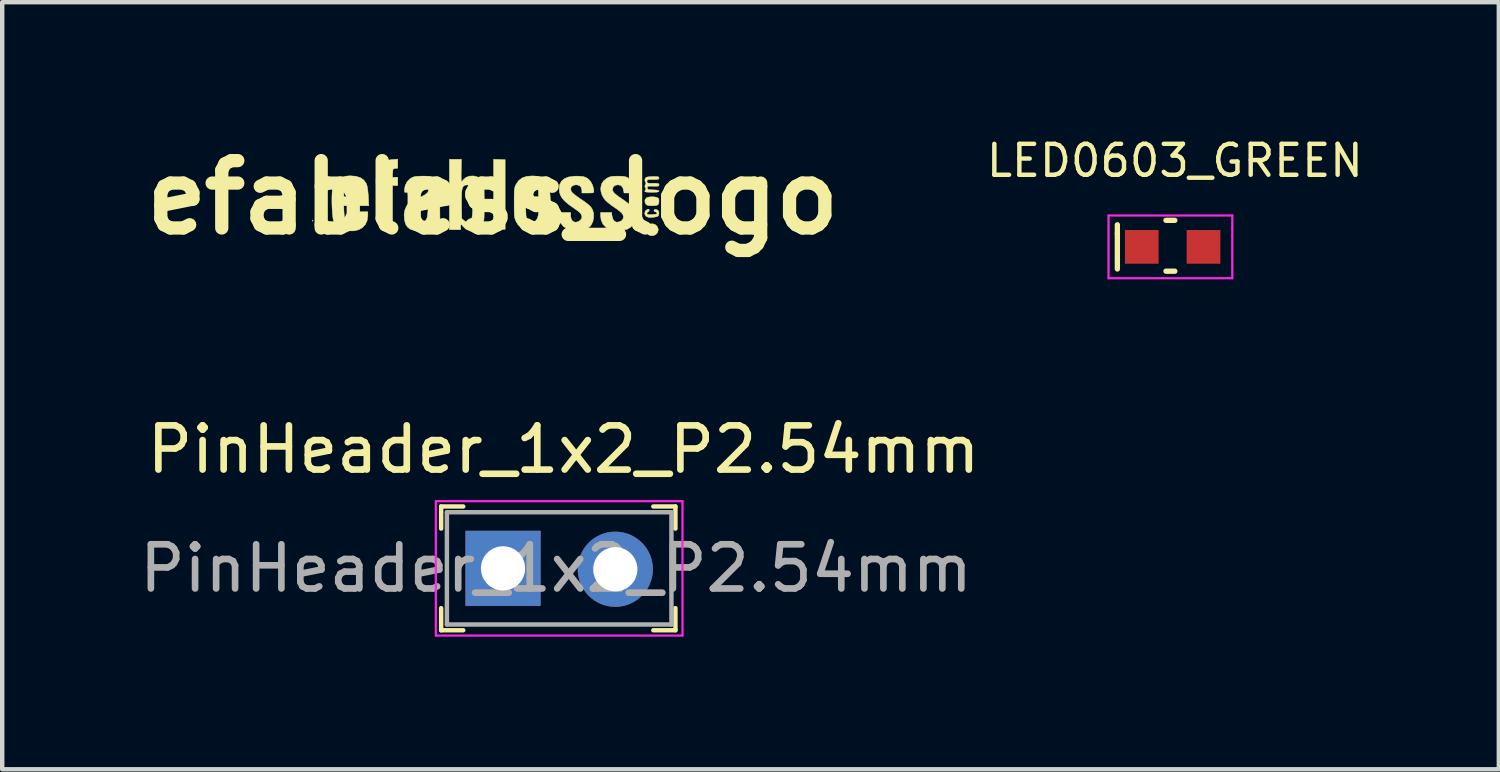
<source format=kicad_pcb>
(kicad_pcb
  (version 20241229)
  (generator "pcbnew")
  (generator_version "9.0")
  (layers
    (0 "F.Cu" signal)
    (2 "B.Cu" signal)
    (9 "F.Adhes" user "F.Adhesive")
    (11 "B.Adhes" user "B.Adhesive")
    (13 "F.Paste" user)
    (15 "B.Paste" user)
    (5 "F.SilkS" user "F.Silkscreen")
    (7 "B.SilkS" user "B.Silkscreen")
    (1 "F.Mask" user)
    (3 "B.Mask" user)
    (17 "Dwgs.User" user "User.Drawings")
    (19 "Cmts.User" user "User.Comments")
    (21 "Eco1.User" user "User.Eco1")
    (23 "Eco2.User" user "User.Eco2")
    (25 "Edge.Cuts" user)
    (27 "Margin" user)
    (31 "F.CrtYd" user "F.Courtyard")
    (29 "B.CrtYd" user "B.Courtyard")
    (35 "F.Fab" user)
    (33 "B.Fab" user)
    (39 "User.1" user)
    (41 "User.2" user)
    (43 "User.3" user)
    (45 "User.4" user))
  (footprint "PinHeader_1x2_P2.54mm"
    (layer "F.Cu")
    (at 8.33 9.808)
    (property "Reference" "PinHeader_1x2_P2.54mm" (at 1.37 -2.69 0) (layer "F.SilkS") (effects (font (size 1 1) (thickness 0.15))))
    (attr through_hole)
    (fp_line (start -1.4 -1.4) (end -1.4 -0.9) (stroke (width 0.1) (type solid)) (layer "F.SilkS"))
    (fp_line (start -1.4 -1.4) (end -0.9 -1.4) (stroke (width 0.1) (type solid)) (layer "F.SilkS"))
    (fp_line (start -1.4 1.4) (end -1.4 0.9) (stroke (width 0.1) (type solid)) (layer "F.SilkS"))
    (fp_line (start -1.4 1.4) (end -0.9 1.4) (stroke (width 0.1) (type solid)) (layer "F.SilkS"))
    (fp_line (start 3.9 -1.4) (end 3.4 -1.4) (stroke (width 0.1) (type solid)) (layer "F.SilkS"))
    (fp_line (start 3.9 -1.4) (end 3.9 -0.9) (stroke (width 0.1) (type solid)) (layer "F.SilkS"))
    (fp_line (start 3.9 1.4) (end 3.4 1.4) (stroke (width 0.1) (type solid)) (layer "F.SilkS"))
    (fp_line (start 3.9 1.4) (end 3.9 0.9) (stroke (width 0.1) (type solid)) (layer "F.SilkS"))
    (fp_line (start -1.52 -1.52) (end -1.52 1.52) (stroke (width 0.05) (type solid)) (layer "F.CrtYd"))
    (fp_line (start 4.06 -1.52) (end -1.52 -1.52) (stroke (width 0.05) (type solid)) (layer "F.CrtYd"))
    (fp_line (start 4.06 -1.52) (end 4.06 1.52) (stroke (width 0.05) (type solid)) (layer "F.CrtYd"))
    (fp_line (start 4.06 1.52) (end -1.52 1.52) (stroke (width 0.05) (type solid)) (layer "F.CrtYd"))
    (fp_line (start -1.27 -1.27) (end 3.81 -1.27) (stroke (width 0.1) (type solid)) (layer "F.Fab"))
    (fp_line (start -1.27 1.27) (end -1.27 -1.27) (stroke (width 0.1) (type solid)) (layer "F.Fab"))
    (fp_line (start -1.27 1.27) (end 3.81 1.27) (stroke (width 0.1) (type solid)) (layer "F.Fab"))
    (fp_line (start 3.81 1.27) (end 3.81 -1.27) (stroke (width 0.1) (type solid)) (layer "F.Fab"))
    (fp_text user "${REFERENCE}" (at 1.2 0 0) (layer "F.Fab") (effects (font (size 1 1) (thickness 0.15))))
    (pad "1" thru_hole rect (at 0 0) (size 1.7 1.7) (drill 1) (layers "*.Cu" "*.Mask"))
    (pad "2" thru_hole circle (at 2.54 0.02) (size 1.7 1.7) (drill 1) (layers "*.Cu" "*.Mask")))
  (footprint "efabless_logo"
    (layer "F.Cu")
    (at 8.099 1.418)
    (property "Reference" "efabless_logo" (at 0 0 0) (layer "F.SilkS") (effects (font (size 1.524 1.524) (thickness 0.3))))
    (fp_poly (pts (xy -4.07 0.514) (xy -4.068 0.534) (xy -4.07 0.536) (xy -4.08 0.534) (xy -4.081 0.525) (xy -4.075 0.511) (xy -4.07 0.514)) (stroke (width 0.01) (type solid)) (fill yes) (layer "F.SilkS"))
    (fp_poly (pts (xy 0.148 -0.86) (xy 0.279 -0.855) (xy 0.279 0.72) (xy 0.148 0.725) (xy 0.017 0.73) (xy 0.017 -0.865) (xy 0.148 -0.86)) (stroke (width 0.01) (type solid)) (fill yes) (layer "F.SilkS"))
    (fp_poly (pts (xy 3.678 0.615) (xy 3.72 0.657) (xy 3.741 0.714) (xy 3.742 0.733) (xy 3.728 0.791) (xy 3.69 0.835) (xy 3.637 0.861) (xy 3.579 0.865) (xy 3.524 0.845) (xy 3.505 0.83) (xy 3.477 0.78) (xy 3.471 0.719) (xy 3.488 0.66) (xy 3.511 0.629) (xy 3.565 0.598) (xy 3.623 0.595) (xy 3.678 0.615)) (stroke (width 0.01) (type solid)) (fill yes) (layer "F.SilkS"))
    (fp_poly (pts (xy 3.653 -0.014) (xy 3.713 -0.001) (xy 3.716 -0.000419) (xy 3.745 0.017) (xy 3.757 0.046) (xy 3.759 0.081) (xy 3.755 0.131) (xy 3.737 0.163) (xy 3.7 0.18) (xy 3.639 0.186) (xy 3.606 0.186) (xy 3.539 0.184) (xy 3.496 0.175) (xy 3.469 0.159) (xy 3.465 0.155) (xy 3.441 0.107) (xy 3.442 0.056) (xy 3.469 0.014) (xy 3.475 0.009) (xy 3.52 -0.008) (xy 3.585 -0.016) (xy 3.653 -0.014)) (stroke (width 0.01) (type solid)) (fill yes) (layer "F.SilkS"))
    (fp_poly (pts (xy 3.533 0.266) (xy 3.539 0.288) (xy 3.528 0.316) (xy 3.514 0.322) (xy 3.493 0.336) (xy 3.488 0.356) (xy 3.491 0.375) (xy 3.504 0.384) (xy 3.535 0.388) (xy 3.592 0.386) (xy 3.603 0.386) (xy 3.666 0.381) (xy 3.702 0.374) (xy 3.716 0.361) (xy 3.717 0.356) (xy 3.702 0.334) (xy 3.678 0.325) (xy 3.648 0.311) (xy 3.645 0.291) (xy 3.663 0.271) (xy 3.697 0.271) (xy 3.735 0.289) (xy 3.738 0.292) (xy 3.755 0.324) (xy 3.758 0.37) (xy 3.745 0.41) (xy 3.736 0.422) (xy 3.703 0.435) (xy 3.65 0.445) (xy 3.59 0.451) (xy 3.536 0.45) (xy 3.514 0.446) (xy 3.463 0.422) (xy 3.44 0.382) (xy 3.437 0.356) (xy 3.448 0.308) (xy 3.483 0.277) (xy 3.509 0.266) (xy 3.533 0.266)) (stroke (width 0.01) (type solid)) (fill yes) (layer "F.SilkS"))
    (fp_poly (pts (xy -2.151 -0.663) (xy -2.206 -0.657) (xy -2.237 -0.653) (xy -2.254 -0.641) (xy -2.261 -0.614) (xy -2.265 -0.562) (xy -2.266 -0.555) (xy -2.271 -0.457) (xy -2.151 -0.457) (xy -2.151 -0.271) (xy -2.269 -0.271) (xy -2.269 0.728) (xy -2.393 0.728) (xy -2.455 0.727) (xy -2.503 0.723) (xy -2.528 0.718) (xy -2.529 0.717) (xy -2.532 0.698) (xy -2.534 0.649) (xy -2.536 0.575) (xy -2.538 0.48) (xy -2.539 0.369) (xy -2.54 0.246) (xy -2.54 0.217) (xy -2.54 -0.271) (xy -2.591 -0.271) (xy -2.62 -0.272) (xy -2.635 -0.283) (xy -2.641 -0.31) (xy -2.642 -0.363) (xy -2.642 -0.364) (xy -2.641 -0.417) (xy -2.635 -0.445) (xy -2.62 -0.456) (xy -2.593 -0.457) (xy -2.569 -0.458) (xy -2.554 -0.467) (xy -2.545 -0.49) (xy -2.539 -0.534) (xy -2.534 -0.587) (xy -2.519 -0.689) (xy -2.491 -0.763) (xy -2.446 -0.812) (xy -2.379 -0.843) (xy -2.286 -0.858) (xy -2.269 -0.86) (xy -2.151 -0.868) (xy -2.151 -0.663)) (stroke (width 0.01) (type solid)) (fill yes) (layer "F.SilkS"))
    (fp_poly (pts (xy -3.101 -0.481) (xy -2.997 -0.449) (xy -2.919 -0.395) (xy -2.865 -0.319) (xy -2.847 -0.271) (xy -2.837 -0.223) (xy -2.827 -0.153) (xy -2.819 -0.069) (xy -2.815 -0.006) (xy -2.806 0.186) (xy -3.373 0.186) (xy -3.367 0.328) (xy -3.36 0.419) (xy -3.345 0.48) (xy -3.319 0.518) (xy -3.278 0.537) (xy -3.224 0.542) (xy -3.167 0.534) (xy -3.128 0.507) (xy -3.103 0.456) (xy -3.089 0.394) (xy -3.078 0.322) (xy -2.828 0.322) (xy -2.828 0.411) (xy -2.843 0.52) (xy -2.884 0.611) (xy -2.95 0.682) (xy -3.037 0.73) (xy -3.144 0.755) (xy -3.267 0.754) (xy -3.33 0.744) (xy -3.437 0.711) (xy -3.519 0.655) (xy -3.58 0.575) (xy -3.601 0.533) (xy -3.613 0.487) (xy -3.623 0.415) (xy -3.631 0.324) (xy -3.637 0.22) (xy -3.64 0.112) (xy -3.64 0.007) (xy -3.637 -0.089) (xy -3.636 -0.108) (xy -3.37 -0.108) (xy -3.37 -0.017) (xy -3.082 -0.017) (xy -3.082 -0.108) (xy -3.091 -0.192) (xy -3.118 -0.248) (xy -3.166 -0.28) (xy -3.226 -0.288) (xy -3.293 -0.277) (xy -3.338 -0.242) (xy -3.363 -0.182) (xy -3.37 -0.108) (xy -3.636 -0.108) (xy -3.631 -0.168) (xy -3.625 -0.206) (xy -3.588 -0.31) (xy -3.527 -0.391) (xy -3.441 -0.449) (xy -3.334 -0.482) (xy -3.23 -0.491) (xy -3.101 -0.481)) (stroke (width 0.01) (type solid)) (fill yes) (layer "F.SilkS"))
    (fp_poly (pts (xy 3.696 -0.473) (xy 3.735 -0.47) (xy 3.753 -0.462) (xy 3.759 -0.447) (xy 3.759 -0.44) (xy 3.756 -0.423) (xy 3.743 -0.413) (xy 3.713 -0.408) (xy 3.659 -0.407) (xy 3.624 -0.406) (xy 3.557 -0.406) (xy 3.516 -0.403) (xy 3.496 -0.396) (xy 3.489 -0.382) (xy 3.488 -0.364) (xy 3.49 -0.343) (xy 3.499 -0.33) (xy 3.522 -0.324) (xy 3.567 -0.322) (xy 3.624 -0.322) (xy 3.691 -0.321) (xy 3.732 -0.318) (xy 3.752 -0.31) (xy 3.759 -0.297) (xy 3.759 -0.287) (xy 3.757 -0.269) (xy 3.745 -0.259) (xy 3.716 -0.255) (xy 3.664 -0.255) (xy 3.628 -0.256) (xy 3.562 -0.257) (xy 3.523 -0.255) (xy 3.504 -0.248) (xy 3.497 -0.234) (xy 3.497 -0.219) (xy 3.499 -0.198) (xy 3.509 -0.185) (xy 3.535 -0.179) (xy 3.583 -0.175) (xy 3.628 -0.173) (xy 3.697 -0.169) (xy 3.738 -0.162) (xy 3.757 -0.151) (xy 3.759 -0.143) (xy 3.753 -0.131) (xy 3.73 -0.124) (xy 3.686 -0.12) (xy 3.614 -0.119) (xy 3.598 -0.119) (xy 3.521 -0.12) (xy 3.472 -0.123) (xy 3.446 -0.13) (xy 3.438 -0.141) (xy 3.437 -0.143) (xy 3.449 -0.168) (xy 3.457 -0.173) (xy 3.466 -0.187) (xy 3.453 -0.217) (xy 3.438 -0.251) (xy 3.447 -0.283) (xy 3.452 -0.29) (xy 3.465 -0.325) (xy 3.456 -0.344) (xy 3.439 -0.381) (xy 3.444 -0.424) (xy 3.468 -0.455) (xy 3.47 -0.457) (xy 3.503 -0.465) (xy 3.558 -0.471) (xy 3.624 -0.474) (xy 3.631 -0.474) (xy 3.696 -0.473)) (stroke (width 0.01) (type solid)) (fill yes) (layer "F.SilkS"))
    (fp_poly (pts (xy 0.942 -0.486) (xy 1.041 -0.473) (xy 1.116 -0.447) (xy 1.176 -0.406) (xy 1.208 -0.373) (xy 1.239 -0.33) (xy 1.261 -0.279) (xy 1.277 -0.216) (xy 1.289 -0.132) (xy 1.297 -0.021) (xy 1.298 -0.004) (xy 1.309 0.186) (xy 0.742 0.186) (xy 0.748 0.332) (xy 0.751 0.403) (xy 0.757 0.45) (xy 0.768 0.481) (xy 0.785 0.503) (xy 0.801 0.518) (xy 0.86 0.551) (xy 0.918 0.554) (xy 0.968 0.528) (xy 1.007 0.477) (xy 1.028 0.404) (xy 1.028 0.402) (xy 1.037 0.322) (xy 1.292 0.322) (xy 1.283 0.432) (xy 1.263 0.542) (xy 1.221 0.626) (xy 1.157 0.687) (xy 1.068 0.726) (xy 0.954 0.742) (xy 0.906 0.743) (xy 0.835 0.741) (xy 0.772 0.736) (xy 0.729 0.729) (xy 0.725 0.728) (xy 0.638 0.685) (xy 0.567 0.612) (xy 0.527 0.543) (xy 0.512 0.51) (xy 0.501 0.479) (xy 0.493 0.445) (xy 0.487 0.403) (xy 0.485 0.346) (xy 0.483 0.269) (xy 0.483 0.167) (xy 0.483 0.119) (xy 0.483 0.004) (xy 0.484 -0.082) (xy 0.484 -0.103) (xy 0.745 -0.103) (xy 0.745 -0.017) (xy 1.033 -0.017) (xy 1.033 -0.119) (xy 1.026 -0.198) (xy 1.004 -0.25) (xy 0.963 -0.278) (xy 0.899 -0.288) (xy 0.893 -0.288) (xy 0.844 -0.285) (xy 0.809 -0.278) (xy 0.803 -0.275) (xy 0.769 -0.233) (xy 0.749 -0.165) (xy 0.745 -0.103) (xy 0.484 -0.103) (xy 0.486 -0.145) (xy 0.49 -0.192) (xy 0.497 -0.227) (xy 0.506 -0.256) (xy 0.52 -0.286) (xy 0.525 -0.296) (xy 0.584 -0.382) (xy 0.664 -0.443) (xy 0.766 -0.478) (xy 0.89 -0.488) (xy 0.942 -0.486)) (stroke (width 0.01) (type solid)) (fill yes) (layer "F.SilkS"))
    (fp_poly (pts (xy 1.973 -0.481) (xy 2.041 -0.474) (xy 2.093 -0.459) (xy 2.137 -0.435) (xy 2.175 -0.405) (xy 2.222 -0.347) (xy 2.26 -0.269) (xy 2.282 -0.185) (xy 2.286 -0.141) (xy 2.284 -0.121) (xy 2.274 -0.11) (xy 2.249 -0.104) (xy 2.201 -0.102) (xy 2.151 -0.102) (xy 2.015 -0.102) (xy 2.015 -0.161) (xy 2.002 -0.225) (xy 1.962 -0.268) (xy 1.9 -0.287) (xy 1.882 -0.288) (xy 1.819 -0.275) (xy 1.777 -0.242) (xy 1.761 -0.196) (xy 1.773 -0.143) (xy 1.808 -0.099) (xy 1.842 -0.071) (xy 1.895 -0.03) (xy 1.96 0.016) (xy 1.998 0.042) (xy 2.083 0.101) (xy 2.144 0.146) (xy 2.187 0.183) (xy 2.218 0.217) (xy 2.242 0.252) (xy 2.254 0.274) (xy 2.28 0.357) (xy 2.282 0.449) (xy 2.264 0.541) (xy 2.226 0.622) (xy 2.188 0.666) (xy 2.127 0.703) (xy 2.043 0.729) (xy 1.947 0.743) (xy 1.847 0.746) (xy 1.755 0.735) (xy 1.685 0.713) (xy 1.598 0.655) (xy 1.534 0.576) (xy 1.498 0.479) (xy 1.49 0.407) (xy 1.49 0.339) (xy 1.761 0.339) (xy 1.761 0.415) (xy 1.773 0.487) (xy 1.806 0.535) (xy 1.858 0.558) (xy 1.877 0.559) (xy 1.932 0.546) (xy 1.979 0.515) (xy 2.01 0.473) (xy 2.015 0.446) (xy 2.011 0.408) (xy 1.996 0.374) (xy 1.965 0.339) (xy 1.914 0.297) (xy 1.839 0.244) (xy 1.829 0.237) (xy 1.714 0.155) (xy 1.628 0.082) (xy 1.567 0.014) (xy 1.527 -0.055) (xy 1.507 -0.128) (xy 1.501 -0.195) (xy 1.513 -0.291) (xy 1.553 -0.369) (xy 1.62 -0.427) (xy 1.714 -0.464) (xy 1.834 -0.481) (xy 1.88 -0.483) (xy 1.973 -0.481)) (stroke (width 0.01) (type solid)) (fill yes) (layer "F.SilkS"))
    (fp_poly (pts (xy 2.908 -0.481) (xy 2.965 -0.477) (xy 3.008 -0.467) (xy 3.047 -0.45) (xy 3.065 -0.44) (xy 3.138 -0.381) (xy 3.19 -0.301) (xy 3.215 -0.208) (xy 3.217 -0.174) (xy 3.217 -0.102) (xy 2.968 -0.102) (xy 2.958 -0.163) (xy 2.936 -0.232) (xy 2.895 -0.273) (xy 2.834 -0.288) (xy 2.828 -0.288) (xy 2.765 -0.275) (xy 2.724 -0.239) (xy 2.709 -0.184) (xy 2.709 -0.183) (xy 2.714 -0.151) (xy 2.729 -0.121) (xy 2.76 -0.087) (xy 2.811 -0.046) (xy 2.885 0.006) (xy 2.921 0.031) (xy 3.034 0.111) (xy 3.119 0.183) (xy 3.178 0.25) (xy 3.213 0.316) (xy 3.227 0.387) (xy 3.223 0.465) (xy 3.217 0.503) (xy 3.182 0.596) (xy 3.122 0.669) (xy 3.041 0.717) (xy 3.019 0.725) (xy 2.958 0.736) (xy 2.878 0.742) (xy 2.793 0.743) (xy 2.714 0.737) (xy 2.655 0.726) (xy 2.65 0.724) (xy 2.56 0.676) (xy 2.493 0.604) (xy 2.451 0.513) (xy 2.438 0.418) (xy 2.438 0.339) (xy 2.688 0.339) (xy 2.697 0.418) (xy 2.716 0.488) (xy 2.752 0.537) (xy 2.801 0.558) (xy 2.812 0.559) (xy 2.873 0.547) (xy 2.922 0.517) (xy 2.946 0.484) (xy 2.956 0.437) (xy 2.945 0.393) (xy 2.912 0.347) (xy 2.853 0.296) (xy 2.781 0.244) (xy 2.681 0.175) (xy 2.607 0.117) (xy 2.552 0.067) (xy 2.512 0.019) (xy 2.483 -0.032) (xy 2.472 -0.054) (xy 2.447 -0.131) (xy 2.441 -0.203) (xy 2.443 -0.225) (xy 2.462 -0.308) (xy 2.504 -0.374) (xy 2.574 -0.43) (xy 2.592 -0.44) (xy 2.633 -0.461) (xy 2.673 -0.473) (xy 2.722 -0.48) (xy 2.791 -0.482) (xy 2.828 -0.483) (xy 2.908 -0.481)) (stroke (width 0.01) (type solid)) (fill yes) (layer "F.SilkS"))
    (fp_poly (pts (xy -0.715 -0.61) (xy -0.716 -0.521) (xy -0.716 -0.446) (xy -0.714 -0.39) (xy -0.712 -0.36) (xy -0.71 -0.356) (xy -0.695 -0.368) (xy -0.669 -0.398) (xy -0.664 -0.405) (xy -0.608 -0.454) (xy -0.531 -0.483) (xy -0.441 -0.488) (xy -0.43 -0.487) (xy -0.347 -0.466) (xy -0.284 -0.424) (xy -0.234 -0.353) (xy -0.233 -0.351) (xy -0.221 -0.327) (xy -0.212 -0.303) (xy -0.205 -0.274) (xy -0.2 -0.235) (xy -0.197 -0.181) (xy -0.196 -0.109) (xy -0.195 -0.012) (xy -0.195 0.113) (xy -0.195 0.127) (xy -0.195 0.255) (xy -0.196 0.355) (xy -0.197 0.429) (xy -0.2 0.484) (xy -0.205 0.525) (xy -0.211 0.555) (xy -0.22 0.579) (xy -0.232 0.603) (xy -0.232 0.604) (xy -0.28 0.677) (xy -0.333 0.721) (xy -0.4 0.741) (xy -0.455 0.744) (xy -0.515 0.741) (xy -0.565 0.734) (xy -0.586 0.729) (xy -0.619 0.707) (xy -0.658 0.67) (xy -0.665 0.662) (xy -0.695 0.629) (xy -0.715 0.611) (xy -0.719 0.61) (xy -0.725 0.625) (xy -0.728 0.661) (xy -0.728 0.669) (xy -0.728 0.728) (xy -0.982 0.728) (xy -0.982 0.029) (xy -0.709 0.029) (xy -0.708 0.162) (xy -0.708 0.164) (xy -0.703 0.477) (xy -0.655 0.518) (xy -0.609 0.55) (xy -0.569 0.557) (xy -0.534 0.548) (xy -0.509 0.534) (xy -0.489 0.509) (xy -0.475 0.47) (xy -0.465 0.413) (xy -0.459 0.334) (xy -0.456 0.229) (xy -0.456 0.118) (xy -0.457 -0.001) (xy -0.46 -0.099) (xy -0.464 -0.175) (xy -0.47 -0.223) (xy -0.474 -0.237) (xy -0.51 -0.27) (xy -0.564 -0.285) (xy -0.619 -0.281) (xy -0.65 -0.268) (xy -0.673 -0.245) (xy -0.689 -0.208) (xy -0.701 -0.152) (xy -0.707 -0.075) (xy -0.709 0.029) (xy -0.982 0.029) (xy -0.982 -0.864) (xy -0.71 -0.864) (xy -0.715 -0.61)) (stroke (width 0.01) (type solid)) (fill yes) (layer "F.SilkS"))
    (fp_poly (pts (xy -1.508 -0.482) (xy -1.449 -0.478) (xy -1.406 -0.47) (xy -1.369 -0.456) (xy -1.338 -0.44) (xy -1.303 -0.42) (xy -1.274 -0.399) (xy -1.252 -0.374) (xy -1.235 -0.342) (xy -1.222 -0.298) (xy -1.213 -0.239) (xy -1.207 -0.16) (xy -1.204 -0.06) (xy -1.201 0.068) (xy -1.199 0.225) (xy -1.199 0.225) (xy -1.194 0.729) (xy -1.312 0.725) (xy -1.431 0.72) (xy -1.436 0.665) (xy -1.443 0.623) (xy -1.455 0.613) (xy -1.478 0.633) (xy -1.493 0.652) (xy -1.553 0.706) (xy -1.63 0.736) (xy -1.722 0.745) (xy -1.81 0.737) (xy -1.874 0.712) (xy -1.929 0.669) (xy -1.966 0.615) (xy -1.991 0.539) (xy -1.999 0.501) (xy -2.004 0.428) (xy -1.739 0.428) (xy -1.729 0.479) (xy -1.694 0.528) (xy -1.641 0.553) (xy -1.578 0.549) (xy -1.551 0.54) (xy -1.513 0.509) (xy -1.493 0.476) (xy -1.483 0.438) (xy -1.475 0.382) (xy -1.468 0.315) (xy -1.464 0.246) (xy -1.462 0.182) (xy -1.463 0.132) (xy -1.468 0.105) (xy -1.471 0.102) (xy -1.494 0.111) (xy -1.536 0.135) (xy -1.587 0.168) (xy -1.638 0.203) (xy -1.682 0.236) (xy -1.708 0.26) (xy -1.709 0.261) (xy -1.728 0.303) (xy -1.739 0.363) (xy -1.739 0.428) (xy -2.004 0.428) (xy -2.007 0.389) (xy -1.99 0.283) (xy -1.95 0.192) (xy -1.937 0.174) (xy -1.898 0.136) (xy -1.833 0.094) (xy -1.74 0.044) (xy -1.713 0.031) (xy -1.616 -0.017) (xy -1.547 -0.055) (xy -1.5 -0.088) (xy -1.472 -0.118) (xy -1.459 -0.15) (xy -1.456 -0.18) (xy -1.466 -0.236) (xy -1.498 -0.27) (xy -1.555 -0.286) (xy -1.593 -0.288) (xy -1.669 -0.277) (xy -1.719 -0.245) (xy -1.742 -0.193) (xy -1.744 -0.169) (xy -1.744 -0.119) (xy -1.998 -0.119) (xy -1.998 -0.183) (xy -1.982 -0.273) (xy -1.939 -0.356) (xy -1.874 -0.422) (xy -1.846 -0.44) (xy -1.807 -0.46) (xy -1.769 -0.472) (xy -1.724 -0.479) (xy -1.661 -0.482) (xy -1.592 -0.483) (xy -1.508 -0.482)) (stroke (width 0.01) (type solid)) (fill yes) (layer "F.SilkS")))
  (footprint "LED0603_GREEN"
    (layer "F.Cu")
    (at 23.428 2.535)
    (property "Reference" "LED0603_GREEN" (at 0.1 -1.95 180) (layer "F.SilkS") (effects (font (size 0.7 0.7) (thickness 0.1))))
    (attr smd)
    (fp_line (start -1.2 -0.5) (end -1.2 -0.3) (stroke (width 0.12) (type solid)) (layer "F.SilkS"))
    (fp_line (start -1.2 -0.3) (end -1.2 0.5) (stroke (width 0.12) (type solid)) (layer "F.SilkS"))
    (fp_line (start -0.1 -0.6) (end 0.1 -0.6) (stroke (width 0.12) (type solid)) (layer "F.SilkS"))
    (fp_line (start -0.1 0.55) (end 0.1 0.55) (stroke (width 0.12) (type solid)) (layer "F.SilkS"))
    (fp_line (start -1.4 -0.71) (end 1.4 -0.71) (stroke (width 0.05) (type solid)) (layer "F.CrtYd"))
    (fp_line (start -1.4 0.71) (end -1.4 -0.71) (stroke (width 0.05) (type solid)) (layer "F.CrtYd"))
    (fp_line (start -1.4 0.71) (end 1.4 0.71) (stroke (width 0.05) (type solid)) (layer "F.CrtYd"))
    (fp_line (start 1.4 0.71) (end 1.4 -0.71) (stroke (width 0.05) (type solid)) (layer "F.CrtYd"))
    (pad "1" smd rect (at 0.749 0) (size 0.762 0.762) (layers "F.Cu" "F.Mask" "F.Paste"))
    (pad "2" smd rect (at -0.648 0) (size 0.762 0.762) (layers "F.Cu" "F.Mask" "F.Paste")))
  (gr_rect
    (start -3 -3)
    (end 30.858 14.353)
    (stroke (width 0.1) (type default))
    (fill no)
    (layer "Edge.Cuts")))
</source>
